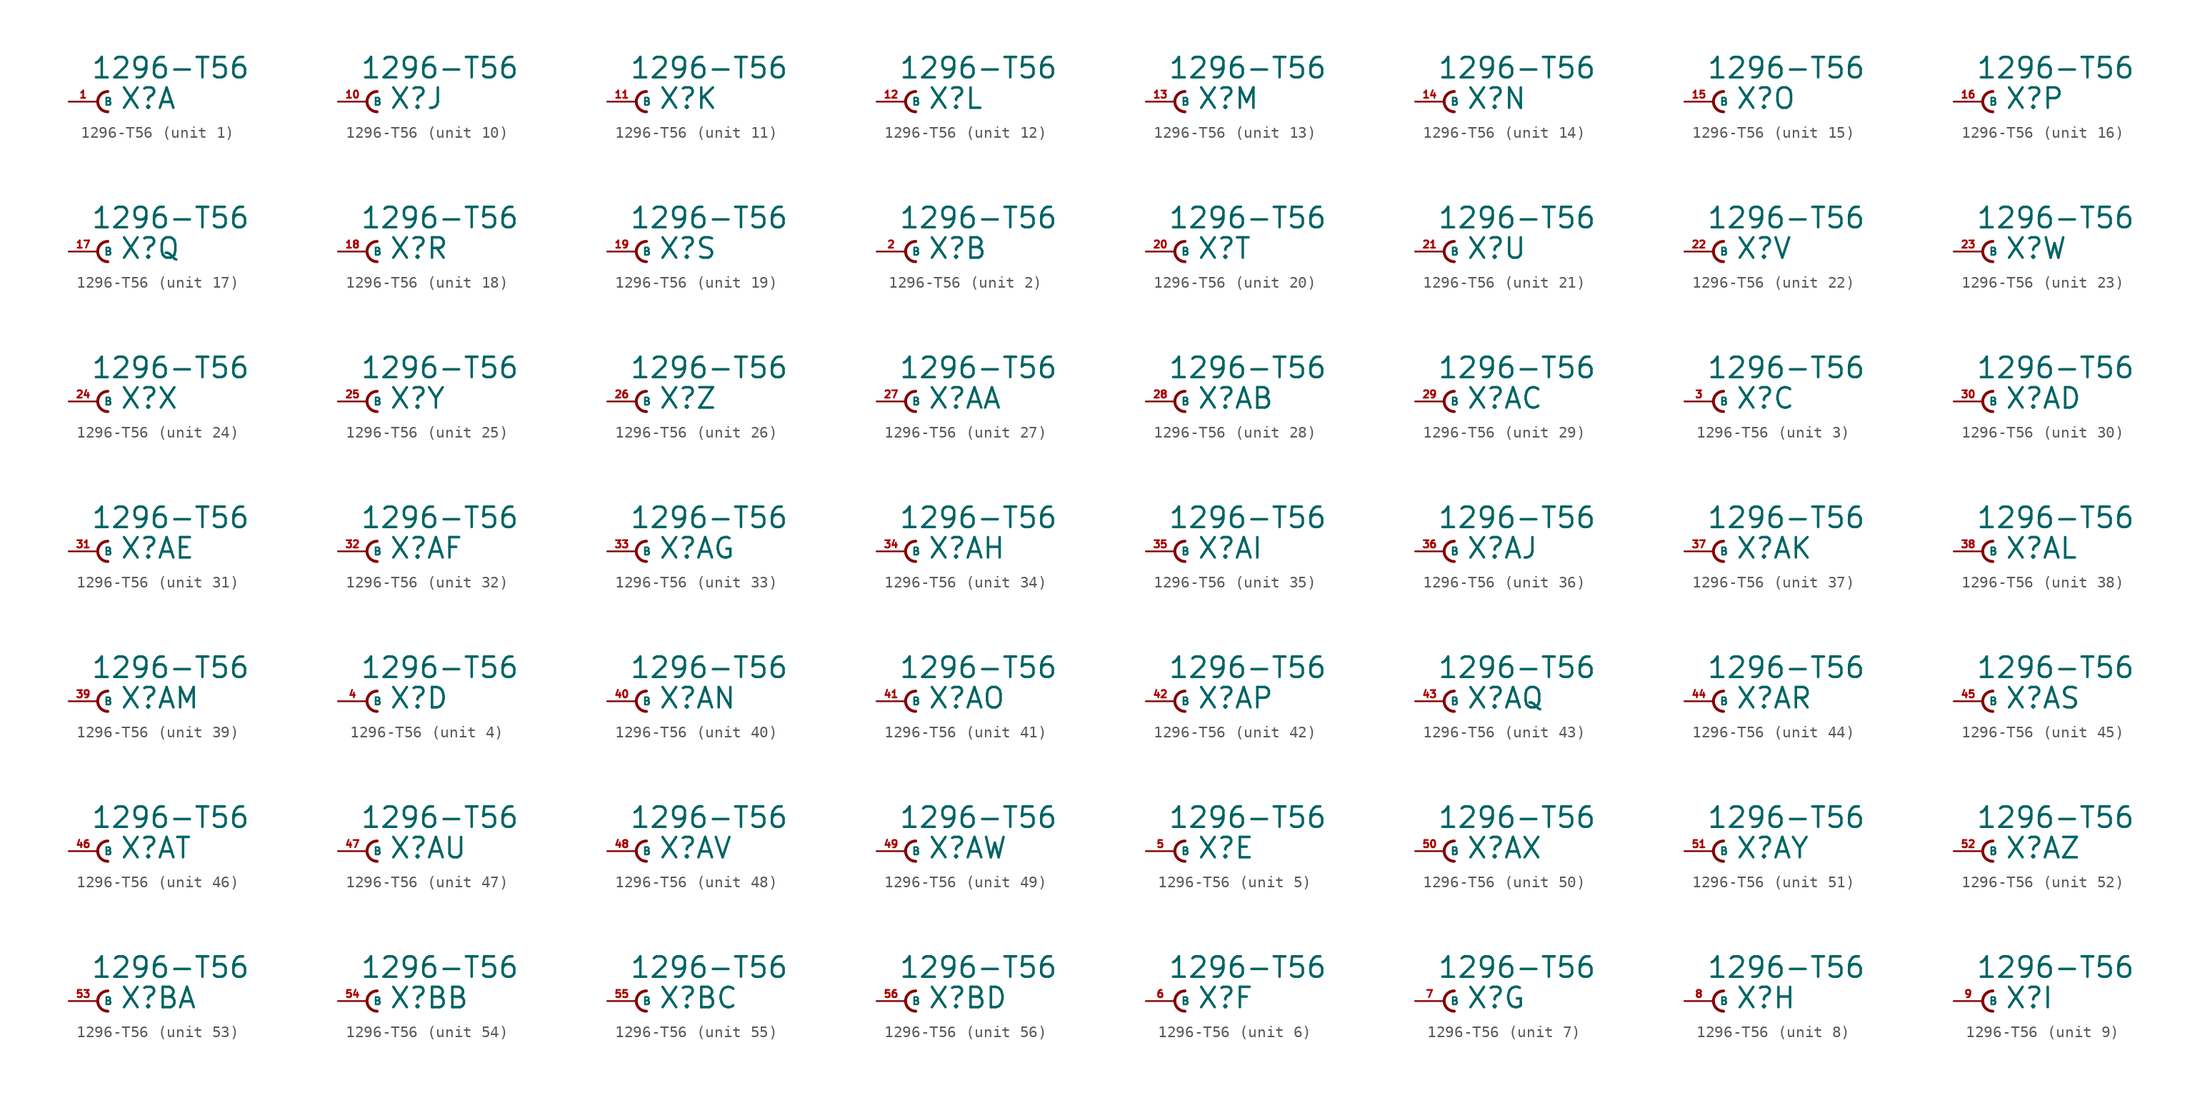
<source format=kicad_sym>
(kicad_symbol_lib
  (version 20220914)
  (generator Eagle2Kicad)
  (symbol "1296-T56"
    (property "Reference" "X"
      (at 1.905 -0.762 0)
      (effects (font (size 1.778 1.778) (thickness 0.22)) (justify left bottom)))
    (property "Value" "1296-T56"
      (at -0.635 1.905 0)
      (effects (font (size 1.778 1.778) (thickness 0.22)) (justify left bottom)))
    (symbol "1296-T56_1_0"
      (arc (start 0.889 0.889) (mid 0.000 0.000) (end 0.889 -0.889) (stroke (width 0.254) (type default)) (fill (type none)))
      (pin passive line (at -2.54 0 0) (length 2.54) (name "B" (effects (font (size 0.635 0.635) (thickness 0.08)) (justify left bottom))) (number "1" (effects (font (size 0.635 0.635) (thickness 0.08)) (justify left bottom)))))
    (symbol "1296-T56_2_0"
      (arc (start 0.889 0.889) (mid 0.000 0.000) (end 0.889 -0.889) (stroke (width 0.254) (type default)) (fill (type none)))
      (pin passive line (at -2.54 0 0) (length 2.54) (name "B" (effects (font (size 0.635 0.635) (thickness 0.08)) (justify left bottom))) (number "2" (effects (font (size 0.635 0.635) (thickness 0.08)) (justify left bottom)))))
    (symbol "1296-T56_3_0"
      (arc (start 0.889 0.889) (mid 0.000 0.000) (end 0.889 -0.889) (stroke (width 0.254) (type default)) (fill (type none)))
      (pin passive line (at -2.54 0 0) (length 2.54) (name "B" (effects (font (size 0.635 0.635) (thickness 0.08)) (justify left bottom))) (number "3" (effects (font (size 0.635 0.635) (thickness 0.08)) (justify left bottom)))))
    (symbol "1296-T56_4_0"
      (arc (start 0.889 0.889) (mid 0.000 0.000) (end 0.889 -0.889) (stroke (width 0.254) (type default)) (fill (type none)))
      (pin passive line (at -2.54 0 0) (length 2.54) (name "B" (effects (font (size 0.635 0.635) (thickness 0.08)) (justify left bottom))) (number "4" (effects (font (size 0.635 0.635) (thickness 0.08)) (justify left bottom)))))
    (symbol "1296-T56_5_0"
      (arc (start 0.889 0.889) (mid 0.000 0.000) (end 0.889 -0.889) (stroke (width 0.254) (type default)) (fill (type none)))
      (pin passive line (at -2.54 0 0) (length 2.54) (name "B" (effects (font (size 0.635 0.635) (thickness 0.08)) (justify left bottom))) (number "5" (effects (font (size 0.635 0.635) (thickness 0.08)) (justify left bottom)))))
    (symbol "1296-T56_6_0"
      (arc (start 0.889 0.889) (mid 0.000 0.000) (end 0.889 -0.889) (stroke (width 0.254) (type default)) (fill (type none)))
      (pin passive line (at -2.54 0 0) (length 2.54) (name "B" (effects (font (size 0.635 0.635) (thickness 0.08)) (justify left bottom))) (number "6" (effects (font (size 0.635 0.635) (thickness 0.08)) (justify left bottom)))))
    (symbol "1296-T56_7_0"
      (arc (start 0.889 0.889) (mid 0.000 0.000) (end 0.889 -0.889) (stroke (width 0.254) (type default)) (fill (type none)))
      (pin passive line (at -2.54 0 0) (length 2.54) (name "B" (effects (font (size 0.635 0.635) (thickness 0.08)) (justify left bottom))) (number "7" (effects (font (size 0.635 0.635) (thickness 0.08)) (justify left bottom)))))
    (symbol "1296-T56_8_0"
      (arc (start 0.889 0.889) (mid 0.000 0.000) (end 0.889 -0.889) (stroke (width 0.254) (type default)) (fill (type none)))
      (pin passive line (at -2.54 0 0) (length 2.54) (name "B" (effects (font (size 0.635 0.635) (thickness 0.08)) (justify left bottom))) (number "8" (effects (font (size 0.635 0.635) (thickness 0.08)) (justify left bottom)))))
    (symbol "1296-T56_9_0"
      (arc (start 0.889 0.889) (mid 0.000 0.000) (end 0.889 -0.889) (stroke (width 0.254) (type default)) (fill (type none)))
      (pin passive line (at -2.54 0 0) (length 2.54) (name "B" (effects (font (size 0.635 0.635) (thickness 0.08)) (justify left bottom))) (number "9" (effects (font (size 0.635 0.635) (thickness 0.08)) (justify left bottom)))))
    (symbol "1296-T56_10_0"
      (arc (start 0.889 0.889) (mid 0.000 0.000) (end 0.889 -0.889) (stroke (width 0.254) (type default)) (fill (type none)))
      (pin passive line (at -2.54 0 0) (length 2.54) (name "B" (effects (font (size 0.635 0.635) (thickness 0.08)) (justify left bottom))) (number "10" (effects (font (size 0.635 0.635) (thickness 0.08)) (justify left bottom)))))
    (symbol "1296-T56_11_0"
      (arc (start 0.889 0.889) (mid 0.000 0.000) (end 0.889 -0.889) (stroke (width 0.254) (type default)) (fill (type none)))
      (pin passive line (at -2.54 0 0) (length 2.54) (name "B" (effects (font (size 0.635 0.635) (thickness 0.08)) (justify left bottom))) (number "11" (effects (font (size 0.635 0.635) (thickness 0.08)) (justify left bottom)))))
    (symbol "1296-T56_12_0"
      (arc (start 0.889 0.889) (mid 0.000 0.000) (end 0.889 -0.889) (stroke (width 0.254) (type default)) (fill (type none)))
      (pin passive line (at -2.54 0 0) (length 2.54) (name "B" (effects (font (size 0.635 0.635) (thickness 0.08)) (justify left bottom))) (number "12" (effects (font (size 0.635 0.635) (thickness 0.08)) (justify left bottom)))))
    (symbol "1296-T56_13_0"
      (arc (start 0.889 0.889) (mid 0.000 0.000) (end 0.889 -0.889) (stroke (width 0.254) (type default)) (fill (type none)))
      (pin passive line (at -2.54 0 0) (length 2.54) (name "B" (effects (font (size 0.635 0.635) (thickness 0.08)) (justify left bottom))) (number "13" (effects (font (size 0.635 0.635) (thickness 0.08)) (justify left bottom)))))
    (symbol "1296-T56_14_0"
      (arc (start 0.889 0.889) (mid 0.000 0.000) (end 0.889 -0.889) (stroke (width 0.254) (type default)) (fill (type none)))
      (pin passive line (at -2.54 0 0) (length 2.54) (name "B" (effects (font (size 0.635 0.635) (thickness 0.08)) (justify left bottom))) (number "14" (effects (font (size 0.635 0.635) (thickness 0.08)) (justify left bottom)))))
    (symbol "1296-T56_15_0"
      (arc (start 0.889 0.889) (mid 0.000 0.000) (end 0.889 -0.889) (stroke (width 0.254) (type default)) (fill (type none)))
      (pin passive line (at -2.54 0 0) (length 2.54) (name "B" (effects (font (size 0.635 0.635) (thickness 0.08)) (justify left bottom))) (number "15" (effects (font (size 0.635 0.635) (thickness 0.08)) (justify left bottom)))))
    (symbol "1296-T56_16_0"
      (arc (start 0.889 0.889) (mid 0.000 0.000) (end 0.889 -0.889) (stroke (width 0.254) (type default)) (fill (type none)))
      (pin passive line (at -2.54 0 0) (length 2.54) (name "B" (effects (font (size 0.635 0.635) (thickness 0.08)) (justify left bottom))) (number "16" (effects (font (size 0.635 0.635) (thickness 0.08)) (justify left bottom)))))
    (symbol "1296-T56_17_0"
      (arc (start 0.889 0.889) (mid 0.000 0.000) (end 0.889 -0.889) (stroke (width 0.254) (type default)) (fill (type none)))
      (pin passive line (at -2.54 0 0) (length 2.54) (name "B" (effects (font (size 0.635 0.635) (thickness 0.08)) (justify left bottom))) (number "17" (effects (font (size 0.635 0.635) (thickness 0.08)) (justify left bottom)))))
    (symbol "1296-T56_18_0"
      (arc (start 0.889 0.889) (mid 0.000 0.000) (end 0.889 -0.889) (stroke (width 0.254) (type default)) (fill (type none)))
      (pin passive line (at -2.54 0 0) (length 2.54) (name "B" (effects (font (size 0.635 0.635) (thickness 0.08)) (justify left bottom))) (number "18" (effects (font (size 0.635 0.635) (thickness 0.08)) (justify left bottom)))))
    (symbol "1296-T56_19_0"
      (arc (start 0.889 0.889) (mid 0.000 0.000) (end 0.889 -0.889) (stroke (width 0.254) (type default)) (fill (type none)))
      (pin passive line (at -2.54 0 0) (length 2.54) (name "B" (effects (font (size 0.635 0.635) (thickness 0.08)) (justify left bottom))) (number "19" (effects (font (size 0.635 0.635) (thickness 0.08)) (justify left bottom)))))
    (symbol "1296-T56_20_0"
      (arc (start 0.889 0.889) (mid 0.000 0.000) (end 0.889 -0.889) (stroke (width 0.254) (type default)) (fill (type none)))
      (pin passive line (at -2.54 0 0) (length 2.54) (name "B" (effects (font (size 0.635 0.635) (thickness 0.08)) (justify left bottom))) (number "20" (effects (font (size 0.635 0.635) (thickness 0.08)) (justify left bottom)))))
    (symbol "1296-T56_21_0"
      (arc (start 0.889 0.889) (mid 0.000 0.000) (end 0.889 -0.889) (stroke (width 0.254) (type default)) (fill (type none)))
      (pin passive line (at -2.54 0 0) (length 2.54) (name "B" (effects (font (size 0.635 0.635) (thickness 0.08)) (justify left bottom))) (number "21" (effects (font (size 0.635 0.635) (thickness 0.08)) (justify left bottom)))))
    (symbol "1296-T56_22_0"
      (arc (start 0.889 0.889) (mid 0.000 0.000) (end 0.889 -0.889) (stroke (width 0.254) (type default)) (fill (type none)))
      (pin passive line (at -2.54 0 0) (length 2.54) (name "B" (effects (font (size 0.635 0.635) (thickness 0.08)) (justify left bottom))) (number "22" (effects (font (size 0.635 0.635) (thickness 0.08)) (justify left bottom)))))
    (symbol "1296-T56_23_0"
      (arc (start 0.889 0.889) (mid 0.000 0.000) (end 0.889 -0.889) (stroke (width 0.254) (type default)) (fill (type none)))
      (pin passive line (at -2.54 0 0) (length 2.54) (name "B" (effects (font (size 0.635 0.635) (thickness 0.08)) (justify left bottom))) (number "23" (effects (font (size 0.635 0.635) (thickness 0.08)) (justify left bottom)))))
    (symbol "1296-T56_24_0"
      (arc (start 0.889 0.889) (mid 0.000 0.000) (end 0.889 -0.889) (stroke (width 0.254) (type default)) (fill (type none)))
      (pin passive line (at -2.54 0 0) (length 2.54) (name "B" (effects (font (size 0.635 0.635) (thickness 0.08)) (justify left bottom))) (number "24" (effects (font (size 0.635 0.635) (thickness 0.08)) (justify left bottom)))))
    (symbol "1296-T56_25_0"
      (arc (start 0.889 0.889) (mid 0.000 0.000) (end 0.889 -0.889) (stroke (width 0.254) (type default)) (fill (type none)))
      (pin passive line (at -2.54 0 0) (length 2.54) (name "B" (effects (font (size 0.635 0.635) (thickness 0.08)) (justify left bottom))) (number "25" (effects (font (size 0.635 0.635) (thickness 0.08)) (justify left bottom)))))
    (symbol "1296-T56_26_0"
      (arc (start 0.889 0.889) (mid 0.000 0.000) (end 0.889 -0.889) (stroke (width 0.254) (type default)) (fill (type none)))
      (pin passive line (at -2.54 0 0) (length 2.54) (name "B" (effects (font (size 0.635 0.635) (thickness 0.08)) (justify left bottom))) (number "26" (effects (font (size 0.635 0.635) (thickness 0.08)) (justify left bottom)))))
    (symbol "1296-T56_27_0"
      (arc (start 0.889 0.889) (mid 0.000 0.000) (end 0.889 -0.889) (stroke (width 0.254) (type default)) (fill (type none)))
      (pin passive line (at -2.54 0 0) (length 2.54) (name "B" (effects (font (size 0.635 0.635) (thickness 0.08)) (justify left bottom))) (number "27" (effects (font (size 0.635 0.635) (thickness 0.08)) (justify left bottom)))))
    (symbol "1296-T56_28_0"
      (arc (start 0.889 0.889) (mid 0.000 0.000) (end 0.889 -0.889) (stroke (width 0.254) (type default)) (fill (type none)))
      (pin passive line (at -2.54 0 0) (length 2.54) (name "B" (effects (font (size 0.635 0.635) (thickness 0.08)) (justify left bottom))) (number "28" (effects (font (size 0.635 0.635) (thickness 0.08)) (justify left bottom)))))
    (symbol "1296-T56_29_0"
      (arc (start 0.889 0.889) (mid 0.000 0.000) (end 0.889 -0.889) (stroke (width 0.254) (type default)) (fill (type none)))
      (pin passive line (at -2.54 0 0) (length 2.54) (name "B" (effects (font (size 0.635 0.635) (thickness 0.08)) (justify left bottom))) (number "29" (effects (font (size 0.635 0.635) (thickness 0.08)) (justify left bottom)))))
    (symbol "1296-T56_30_0"
      (arc (start 0.889 0.889) (mid 0.000 0.000) (end 0.889 -0.889) (stroke (width 0.254) (type default)) (fill (type none)))
      (pin passive line (at -2.54 0 0) (length 2.54) (name "B" (effects (font (size 0.635 0.635) (thickness 0.08)) (justify left bottom))) (number "30" (effects (font (size 0.635 0.635) (thickness 0.08)) (justify left bottom)))))
    (symbol "1296-T56_31_0"
      (arc (start 0.889 0.889) (mid 0.000 0.000) (end 0.889 -0.889) (stroke (width 0.254) (type default)) (fill (type none)))
      (pin passive line (at -2.54 0 0) (length 2.54) (name "B" (effects (font (size 0.635 0.635) (thickness 0.08)) (justify left bottom))) (number "31" (effects (font (size 0.635 0.635) (thickness 0.08)) (justify left bottom)))))
    (symbol "1296-T56_32_0"
      (arc (start 0.889 0.889) (mid 0.000 0.000) (end 0.889 -0.889) (stroke (width 0.254) (type default)) (fill (type none)))
      (pin passive line (at -2.54 0 0) (length 2.54) (name "B" (effects (font (size 0.635 0.635) (thickness 0.08)) (justify left bottom))) (number "32" (effects (font (size 0.635 0.635) (thickness 0.08)) (justify left bottom)))))
    (symbol "1296-T56_33_0"
      (arc (start 0.889 0.889) (mid 0.000 0.000) (end 0.889 -0.889) (stroke (width 0.254) (type default)) (fill (type none)))
      (pin passive line (at -2.54 0 0) (length 2.54) (name "B" (effects (font (size 0.635 0.635) (thickness 0.08)) (justify left bottom))) (number "33" (effects (font (size 0.635 0.635) (thickness 0.08)) (justify left bottom)))))
    (symbol "1296-T56_34_0"
      (arc (start 0.889 0.889) (mid 0.000 0.000) (end 0.889 -0.889) (stroke (width 0.254) (type default)) (fill (type none)))
      (pin passive line (at -2.54 0 0) (length 2.54) (name "B" (effects (font (size 0.635 0.635) (thickness 0.08)) (justify left bottom))) (number "34" (effects (font (size 0.635 0.635) (thickness 0.08)) (justify left bottom)))))
    (symbol "1296-T56_35_0"
      (arc (start 0.889 0.889) (mid 0.000 0.000) (end 0.889 -0.889) (stroke (width 0.254) (type default)) (fill (type none)))
      (pin passive line (at -2.54 0 0) (length 2.54) (name "B" (effects (font (size 0.635 0.635) (thickness 0.08)) (justify left bottom))) (number "35" (effects (font (size 0.635 0.635) (thickness 0.08)) (justify left bottom)))))
    (symbol "1296-T56_36_0"
      (arc (start 0.889 0.889) (mid 0.000 0.000) (end 0.889 -0.889) (stroke (width 0.254) (type default)) (fill (type none)))
      (pin passive line (at -2.54 0 0) (length 2.54) (name "B" (effects (font (size 0.635 0.635) (thickness 0.08)) (justify left bottom))) (number "36" (effects (font (size 0.635 0.635) (thickness 0.08)) (justify left bottom)))))
    (symbol "1296-T56_37_0"
      (arc (start 0.889 0.889) (mid 0.000 0.000) (end 0.889 -0.889) (stroke (width 0.254) (type default)) (fill (type none)))
      (pin passive line (at -2.54 0 0) (length 2.54) (name "B" (effects (font (size 0.635 0.635) (thickness 0.08)) (justify left bottom))) (number "37" (effects (font (size 0.635 0.635) (thickness 0.08)) (justify left bottom)))))
    (symbol "1296-T56_38_0"
      (arc (start 0.889 0.889) (mid 0.000 0.000) (end 0.889 -0.889) (stroke (width 0.254) (type default)) (fill (type none)))
      (pin passive line (at -2.54 0 0) (length 2.54) (name "B" (effects (font (size 0.635 0.635) (thickness 0.08)) (justify left bottom))) (number "38" (effects (font (size 0.635 0.635) (thickness 0.08)) (justify left bottom)))))
    (symbol "1296-T56_39_0"
      (arc (start 0.889 0.889) (mid 0.000 0.000) (end 0.889 -0.889) (stroke (width 0.254) (type default)) (fill (type none)))
      (pin passive line (at -2.54 0 0) (length 2.54) (name "B" (effects (font (size 0.635 0.635) (thickness 0.08)) (justify left bottom))) (number "39" (effects (font (size 0.635 0.635) (thickness 0.08)) (justify left bottom)))))
    (symbol "1296-T56_40_0"
      (arc (start 0.889 0.889) (mid 0.000 0.000) (end 0.889 -0.889) (stroke (width 0.254) (type default)) (fill (type none)))
      (pin passive line (at -2.54 0 0) (length 2.54) (name "B" (effects (font (size 0.635 0.635) (thickness 0.08)) (justify left bottom))) (number "40" (effects (font (size 0.635 0.635) (thickness 0.08)) (justify left bottom)))))
    (symbol "1296-T56_41_0"
      (arc (start 0.889 0.889) (mid 0.000 0.000) (end 0.889 -0.889) (stroke (width 0.254) (type default)) (fill (type none)))
      (pin passive line (at -2.54 0 0) (length 2.54) (name "B" (effects (font (size 0.635 0.635) (thickness 0.08)) (justify left bottom))) (number "41" (effects (font (size 0.635 0.635) (thickness 0.08)) (justify left bottom)))))
    (symbol "1296-T56_42_0"
      (arc (start 0.889 0.889) (mid 0.000 0.000) (end 0.889 -0.889) (stroke (width 0.254) (type default)) (fill (type none)))
      (pin passive line (at -2.54 0 0) (length 2.54) (name "B" (effects (font (size 0.635 0.635) (thickness 0.08)) (justify left bottom))) (number "42" (effects (font (size 0.635 0.635) (thickness 0.08)) (justify left bottom)))))
    (symbol "1296-T56_43_0"
      (arc (start 0.889 0.889) (mid 0.000 0.000) (end 0.889 -0.889) (stroke (width 0.254) (type default)) (fill (type none)))
      (pin passive line (at -2.54 0 0) (length 2.54) (name "B" (effects (font (size 0.635 0.635) (thickness 0.08)) (justify left bottom))) (number "43" (effects (font (size 0.635 0.635) (thickness 0.08)) (justify left bottom)))))
    (symbol "1296-T56_44_0"
      (arc (start 0.889 0.889) (mid 0.000 0.000) (end 0.889 -0.889) (stroke (width 0.254) (type default)) (fill (type none)))
      (pin passive line (at -2.54 0 0) (length 2.54) (name "B" (effects (font (size 0.635 0.635) (thickness 0.08)) (justify left bottom))) (number "44" (effects (font (size 0.635 0.635) (thickness 0.08)) (justify left bottom)))))
    (symbol "1296-T56_45_0"
      (arc (start 0.889 0.889) (mid 0.000 0.000) (end 0.889 -0.889) (stroke (width 0.254) (type default)) (fill (type none)))
      (pin passive line (at -2.54 0 0) (length 2.54) (name "B" (effects (font (size 0.635 0.635) (thickness 0.08)) (justify left bottom))) (number "45" (effects (font (size 0.635 0.635) (thickness 0.08)) (justify left bottom)))))
    (symbol "1296-T56_46_0"
      (arc (start 0.889 0.889) (mid 0.000 0.000) (end 0.889 -0.889) (stroke (width 0.254) (type default)) (fill (type none)))
      (pin passive line (at -2.54 0 0) (length 2.54) (name "B" (effects (font (size 0.635 0.635) (thickness 0.08)) (justify left bottom))) (number "46" (effects (font (size 0.635 0.635) (thickness 0.08)) (justify left bottom)))))
    (symbol "1296-T56_47_0"
      (arc (start 0.889 0.889) (mid 0.000 0.000) (end 0.889 -0.889) (stroke (width 0.254) (type default)) (fill (type none)))
      (pin passive line (at -2.54 0 0) (length 2.54) (name "B" (effects (font (size 0.635 0.635) (thickness 0.08)) (justify left bottom))) (number "47" (effects (font (size 0.635 0.635) (thickness 0.08)) (justify left bottom)))))
    (symbol "1296-T56_48_0"
      (arc (start 0.889 0.889) (mid 0.000 0.000) (end 0.889 -0.889) (stroke (width 0.254) (type default)) (fill (type none)))
      (pin passive line (at -2.54 0 0) (length 2.54) (name "B" (effects (font (size 0.635 0.635) (thickness 0.08)) (justify left bottom))) (number "48" (effects (font (size 0.635 0.635) (thickness 0.08)) (justify left bottom)))))
    (symbol "1296-T56_49_0"
      (arc (start 0.889 0.889) (mid 0.000 0.000) (end 0.889 -0.889) (stroke (width 0.254) (type default)) (fill (type none)))
      (pin passive line (at -2.54 0 0) (length 2.54) (name "B" (effects (font (size 0.635 0.635) (thickness 0.08)) (justify left bottom))) (number "49" (effects (font (size 0.635 0.635) (thickness 0.08)) (justify left bottom)))))
    (symbol "1296-T56_50_0"
      (arc (start 0.889 0.889) (mid 0.000 0.000) (end 0.889 -0.889) (stroke (width 0.254) (type default)) (fill (type none)))
      (pin passive line (at -2.54 0 0) (length 2.54) (name "B" (effects (font (size 0.635 0.635) (thickness 0.08)) (justify left bottom))) (number "50" (effects (font (size 0.635 0.635) (thickness 0.08)) (justify left bottom)))))
    (symbol "1296-T56_51_0"
      (arc (start 0.889 0.889) (mid 0.000 0.000) (end 0.889 -0.889) (stroke (width 0.254) (type default)) (fill (type none)))
      (pin passive line (at -2.54 0 0) (length 2.54) (name "B" (effects (font (size 0.635 0.635) (thickness 0.08)) (justify left bottom))) (number "51" (effects (font (size 0.635 0.635) (thickness 0.08)) (justify left bottom)))))
    (symbol "1296-T56_52_0"
      (arc (start 0.889 0.889) (mid 0.000 0.000) (end 0.889 -0.889) (stroke (width 0.254) (type default)) (fill (type none)))
      (pin passive line (at -2.54 0 0) (length 2.54) (name "B" (effects (font (size 0.635 0.635) (thickness 0.08)) (justify left bottom))) (number "52" (effects (font (size 0.635 0.635) (thickness 0.08)) (justify left bottom)))))
    (symbol "1296-T56_53_0"
      (arc (start 0.889 0.889) (mid 0.000 0.000) (end 0.889 -0.889) (stroke (width 0.254) (type default)) (fill (type none)))
      (pin passive line (at -2.54 0 0) (length 2.54) (name "B" (effects (font (size 0.635 0.635) (thickness 0.08)) (justify left bottom))) (number "53" (effects (font (size 0.635 0.635) (thickness 0.08)) (justify left bottom)))))
    (symbol "1296-T56_54_0"
      (arc (start 0.889 0.889) (mid 0.000 0.000) (end 0.889 -0.889) (stroke (width 0.254) (type default)) (fill (type none)))
      (pin passive line (at -2.54 0 0) (length 2.54) (name "B" (effects (font (size 0.635 0.635) (thickness 0.08)) (justify left bottom))) (number "54" (effects (font (size 0.635 0.635) (thickness 0.08)) (justify left bottom)))))
    (symbol "1296-T56_55_0"
      (arc (start 0.889 0.889) (mid 0.000 0.000) (end 0.889 -0.889) (stroke (width 0.254) (type default)) (fill (type none)))
      (pin passive line (at -2.54 0 0) (length 2.54) (name "B" (effects (font (size 0.635 0.635) (thickness 0.08)) (justify left bottom))) (number "55" (effects (font (size 0.635 0.635) (thickness 0.08)) (justify left bottom)))))
    (symbol "1296-T56_56_0"
      (arc (start 0.889 0.889) (mid 0.000 0.000) (end 0.889 -0.889) (stroke (width 0.254) (type default)) (fill (type none)))
      (pin passive line (at -2.54 0 0) (length 2.54) (name "B" (effects (font (size 0.635 0.635) (thickness 0.08)) (justify left bottom))) (number "56" (effects (font (size 0.635 0.635) (thickness 0.08)) (justify left bottom)))))))
</source>
